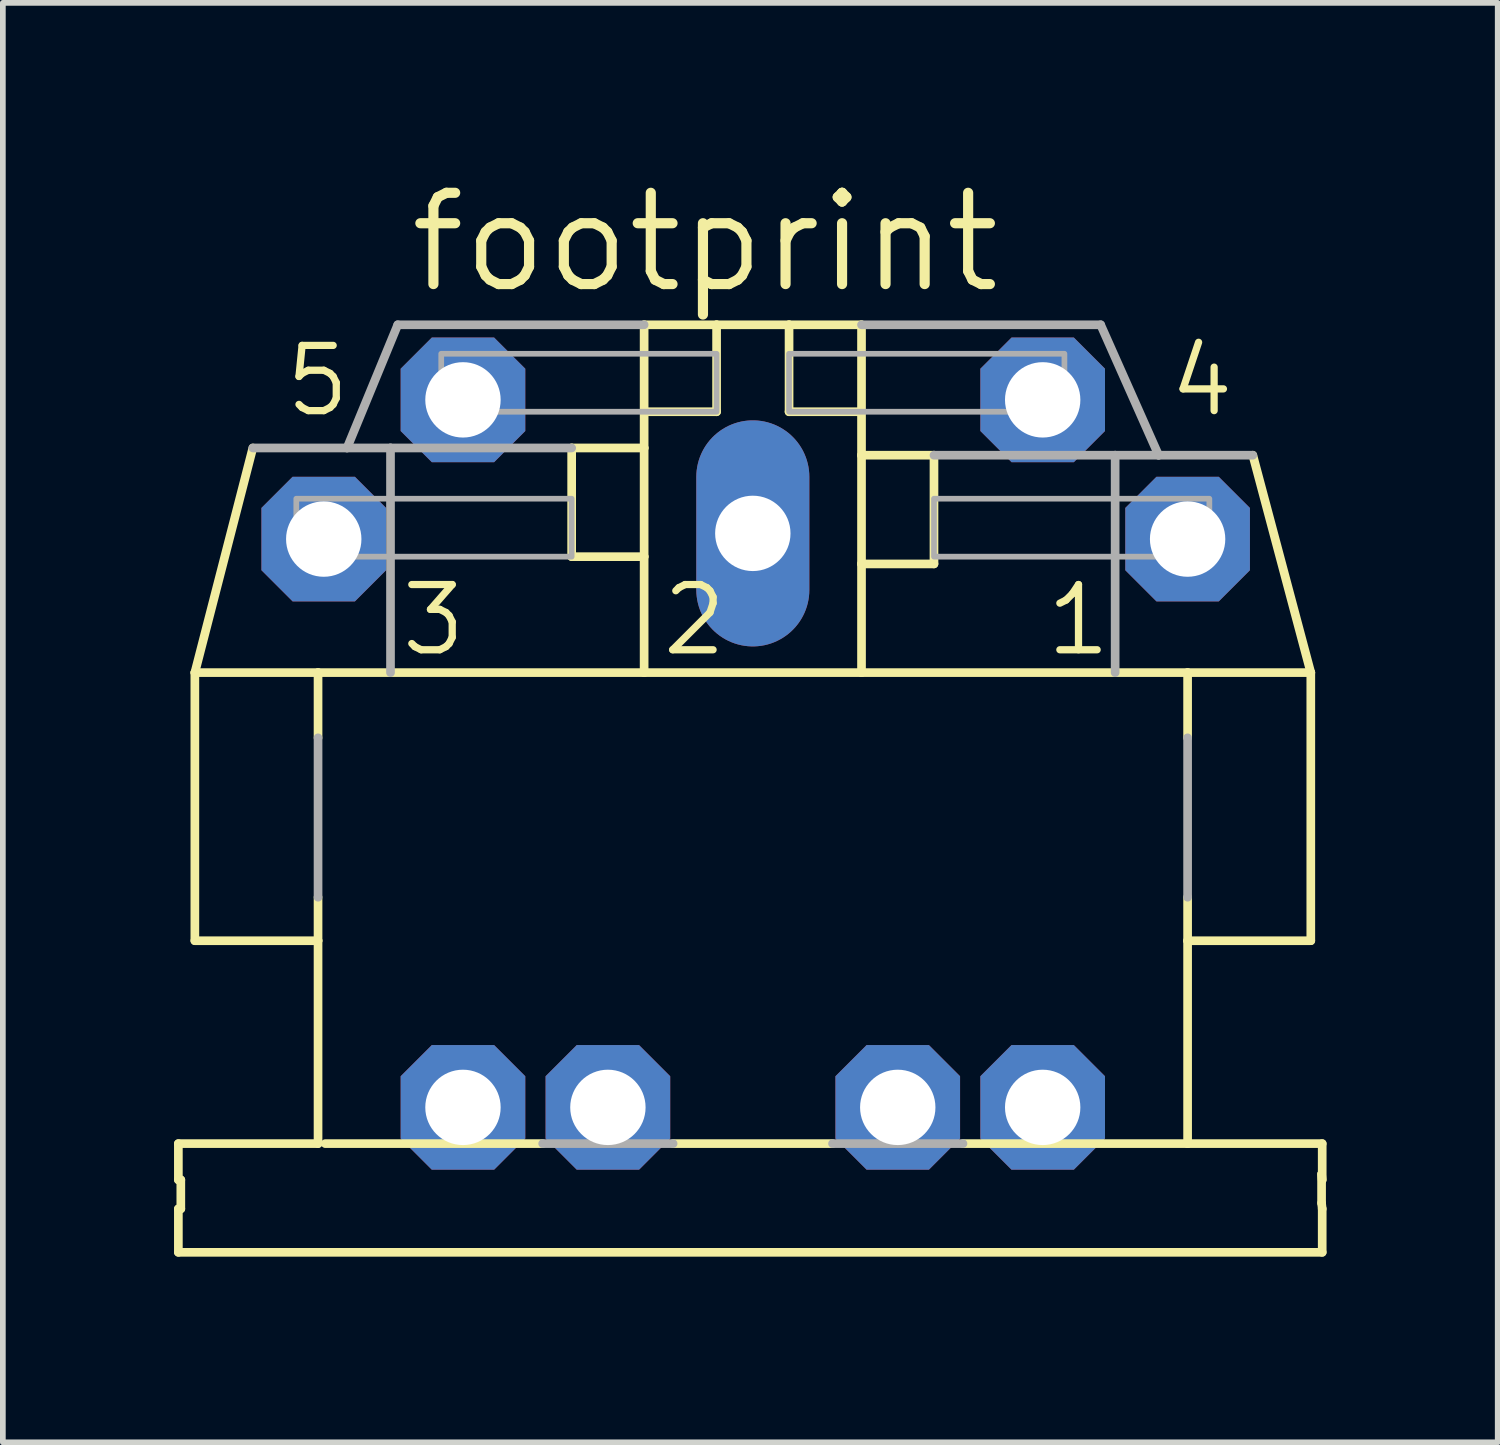
<source format=kicad_pcb>
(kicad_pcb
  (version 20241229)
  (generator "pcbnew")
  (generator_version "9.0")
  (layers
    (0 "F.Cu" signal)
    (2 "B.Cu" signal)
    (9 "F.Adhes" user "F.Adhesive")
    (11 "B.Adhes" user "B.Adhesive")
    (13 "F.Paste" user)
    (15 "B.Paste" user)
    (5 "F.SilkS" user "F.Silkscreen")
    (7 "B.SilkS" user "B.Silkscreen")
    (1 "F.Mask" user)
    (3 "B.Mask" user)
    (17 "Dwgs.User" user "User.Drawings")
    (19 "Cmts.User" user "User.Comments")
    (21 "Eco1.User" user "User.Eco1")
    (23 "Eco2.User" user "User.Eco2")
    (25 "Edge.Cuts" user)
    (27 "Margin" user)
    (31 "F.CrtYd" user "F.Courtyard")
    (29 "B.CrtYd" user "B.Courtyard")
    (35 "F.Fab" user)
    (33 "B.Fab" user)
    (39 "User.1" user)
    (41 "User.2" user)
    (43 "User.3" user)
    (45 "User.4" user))
  (footprint "footprint"
    (layer "F.Cu")
    (at 10.144 18.978)
    (property "Reference" "footprint" (at -6.096 -16.844 0) (layer "F.SilkS") (effects (font (size 1.6 1.6) (thickness 0.178)) (justify left bottom)))
    (fp_line (start -10.068 -1.35) (end -10.068 -1.985) (stroke (width 0.152) (type solid)) (layer "F.SilkS"))
    (fp_line (start -10.068 -1.35) (end -10.025 -1.35) (stroke (width 0.152) (type solid)) (layer "F.SilkS"))
    (fp_line (start -10.068 -0.08) (end -10.068 -0.842) (stroke (width 0.152) (type solid)) (layer "F.SilkS"))
    (fp_line (start -10.068 -0.08) (end 9.979 -0.08) (stroke (width 0.152) (type solid)) (layer "F.SilkS"))
    (fp_line (start -10.025 -0.842) (end -10.068 -0.842) (stroke (width 0.152) (type solid)) (layer "F.SilkS"))
    (fp_line (start -10.025 -0.842) (end -10.025 -1.35) (stroke (width 0.152) (type solid)) (layer "F.SilkS"))
    (fp_line (start -9.779 -5.541) (end -9.779 -10.24) (stroke (width 0.152) (type solid)) (layer "F.SilkS"))
    (fp_line (start -9.779 -5.541) (end -7.62 -5.541) (stroke (width 0.152) (type solid)) (layer "F.SilkS"))
    (fp_line (start -8.763 -14.177) (end -9.779 -10.24) (stroke (width 0.152) (type solid)) (layer "F.SilkS"))
    (fp_line (start -7.62 -10.24) (end -9.779 -10.24) (stroke (width 0.152) (type solid)) (layer "F.SilkS"))
    (fp_line (start -7.62 -10.24) (end -7.62 -9.097) (stroke (width 0.152) (type solid)) (layer "F.SilkS"))
    (fp_line (start -7.62 -5.541) (end -7.62 -6.303) (stroke (width 0.152) (type solid)) (layer "F.SilkS"))
    (fp_line (start -7.62 -1.985) (end -10.068 -1.985) (stroke (width 0.152) (type solid)) (layer "F.SilkS"))
    (fp_line (start -7.62 -1.985) (end -7.62 -5.541) (stroke (width 0.152) (type solid)) (layer "F.SilkS"))
    (fp_line (start -7.493 -1.985) (end -3.683 -1.985) (stroke (width 0.152) (type solid)) (layer "F.SilkS"))
    (fp_line (start -3.175 -14.177) (end -3.175 -12.272) (stroke (width 0.152) (type solid)) (layer "F.SilkS"))
    (fp_line (start -1.905 -16.336) (end -1.905 -14.812) (stroke (width 0.152) (type solid)) (layer "F.SilkS"))
    (fp_line (start -1.905 -14.812) (end -1.905 -14.177) (stroke (width 0.152) (type solid)) (layer "F.SilkS"))
    (fp_line (start -1.905 -14.812) (end -0.635 -14.812) (stroke (width 0.152) (type solid)) (layer "F.SilkS"))
    (fp_line (start -1.905 -14.177) (end -3.175 -14.177) (stroke (width 0.152) (type solid)) (layer "F.SilkS"))
    (fp_line (start -1.905 -14.177) (end -1.905 -12.272) (stroke (width 0.152) (type solid)) (layer "F.SilkS"))
    (fp_line (start -1.905 -12.272) (end -3.175 -12.272) (stroke (width 0.152) (type solid)) (layer "F.SilkS"))
    (fp_line (start -1.905 -12.272) (end -1.905 -10.24) (stroke (width 0.152) (type solid)) (layer "F.SilkS"))
    (fp_line (start -1.905 -10.24) (end -7.62 -10.24) (stroke (width 0.152) (type solid)) (layer "F.SilkS"))
    (fp_line (start -1.397 -1.985) (end 1.397 -1.985) (stroke (width 0.152) (type solid)) (layer "F.SilkS"))
    (fp_line (start -0.635 -16.336) (end -1.905 -16.336) (stroke (width 0.152) (type solid)) (layer "F.SilkS"))
    (fp_line (start -0.635 -16.336) (end -0.635 -14.812) (stroke (width 0.152) (type solid)) (layer "F.SilkS"))
    (fp_line (start 0.635 -16.336) (end -0.635 -16.336) (stroke (width 0.152) (type solid)) (layer "F.SilkS"))
    (fp_line (start 0.635 -16.336) (end 0.635 -14.812) (stroke (width 0.152) (type solid)) (layer "F.SilkS"))
    (fp_line (start 1.905 -16.336) (end 0.635 -16.336) (stroke (width 0.152) (type solid)) (layer "F.SilkS"))
    (fp_line (start 1.905 -16.336) (end 1.905 -14.812) (stroke (width 0.152) (type solid)) (layer "F.SilkS"))
    (fp_line (start 1.905 -14.812) (end 0.635 -14.812) (stroke (width 0.152) (type solid)) (layer "F.SilkS"))
    (fp_line (start 1.905 -14.812) (end 1.905 -14.05) (stroke (width 0.152) (type solid)) (layer "F.SilkS"))
    (fp_line (start 1.905 -14.05) (end 1.905 -12.145) (stroke (width 0.152) (type solid)) (layer "F.SilkS"))
    (fp_line (start 1.905 -12.145) (end 1.905 -10.24) (stroke (width 0.152) (type solid)) (layer "F.SilkS"))
    (fp_line (start 1.905 -12.145) (end 3.175 -12.145) (stroke (width 0.152) (type solid)) (layer "F.SilkS"))
    (fp_line (start 1.905 -10.24) (end -1.905 -10.24) (stroke (width 0.152) (type solid)) (layer "F.SilkS"))
    (fp_line (start 3.175 -14.05) (end 1.905 -14.05) (stroke (width 0.152) (type solid)) (layer "F.SilkS"))
    (fp_line (start 3.175 -14.05) (end 3.175 -12.145) (stroke (width 0.152) (type solid)) (layer "F.SilkS"))
    (fp_line (start 3.683 -1.985) (end 7.62 -1.985) (stroke (width 0.152) (type solid)) (layer "F.SilkS"))
    (fp_line (start 7.62 -10.24) (end 1.905 -10.24) (stroke (width 0.152) (type solid)) (layer "F.SilkS"))
    (fp_line (start 7.62 -10.24) (end 7.62 -9.097) (stroke (width 0.152) (type solid)) (layer "F.SilkS"))
    (fp_line (start 7.62 -5.541) (end 7.62 -6.303) (stroke (width 0.152) (type solid)) (layer "F.SilkS"))
    (fp_line (start 7.62 -1.985) (end 7.62 -5.541) (stroke (width 0.152) (type solid)) (layer "F.SilkS"))
    (fp_line (start 8.763 -14.05) (end 9.779 -10.24) (stroke (width 0.152) (type solid)) (layer "F.SilkS"))
    (fp_line (start 9.779 -10.24) (end 7.62 -10.24) (stroke (width 0.152) (type solid)) (layer "F.SilkS"))
    (fp_line (start 9.779 -5.541) (end 7.62 -5.541) (stroke (width 0.152) (type solid)) (layer "F.SilkS"))
    (fp_line (start 9.779 -5.541) (end 9.779 -10.24) (stroke (width 0.152) (type solid)) (layer "F.SilkS"))
    (fp_line (start 9.968 -1.45) (end 9.979 -1.35) (stroke (width 0.152) (type solid)) (layer "F.SilkS"))
    (fp_line (start 9.968 -0.942) (end 9.968 -1.45) (stroke (width 0.152) (type solid)) (layer "F.SilkS"))
    (fp_line (start 9.968 -0.942) (end 9.979 -0.842) (stroke (width 0.152) (type solid)) (layer "F.SilkS"))
    (fp_line (start 9.979 -1.985) (end 7.62 -1.985) (stroke (width 0.152) (type solid)) (layer "F.SilkS"))
    (fp_line (start 9.979 -1.985) (end 9.979 -1.35) (stroke (width 0.152) (type solid)) (layer "F.SilkS"))
    (fp_line (start 9.979 -0.08) (end 9.979 -0.842) (stroke (width 0.152) (type solid)) (layer "F.SilkS"))
    (fp_line (start -8.763 -14.177) (end -7.112 -14.177) (stroke (width 0.152) (type solid)) (layer "F.Fab"))
    (fp_line (start -7.62 -9.097) (end -7.62 -6.303) (stroke (width 0.152) (type solid)) (layer "F.Fab"))
    (fp_line (start -7.112 -14.177) (end -6.223 -16.336) (stroke (width 0.152) (type solid)) (layer "F.Fab"))
    (fp_line (start -6.35 -14.177) (end -7.112 -14.177) (stroke (width 0.152) (type solid)) (layer "F.Fab"))
    (fp_line (start -6.35 -14.177) (end -6.35 -10.24) (stroke (width 0.152) (type solid)) (layer "F.Fab"))
    (fp_line (start -3.175 -14.177) (end -6.35 -14.177) (stroke (width 0.152) (type solid)) (layer "F.Fab"))
    (fp_line (start -1.905 -16.336) (end -6.223 -16.336) (stroke (width 0.152) (type solid)) (layer "F.Fab"))
    (fp_line (start -1.397 -1.985) (end -3.683 -1.985) (stroke (width 0.152) (type solid)) (layer "F.Fab"))
    (fp_line (start 3.683 -1.985) (end 1.397 -1.985) (stroke (width 0.152) (type solid)) (layer "F.Fab"))
    (fp_line (start 6.096 -16.336) (end 1.905 -16.336) (stroke (width 0.152) (type solid)) (layer "F.Fab"))
    (fp_line (start 6.096 -16.336) (end 7.112 -14.05) (stroke (width 0.152) (type solid)) (layer "F.Fab"))
    (fp_line (start 6.35 -14.05) (end 3.175 -14.05) (stroke (width 0.152) (type solid)) (layer "F.Fab"))
    (fp_line (start 6.35 -14.05) (end 6.35 -10.24) (stroke (width 0.152) (type solid)) (layer "F.Fab"))
    (fp_line (start 7.112 -14.05) (end 6.35 -14.05) (stroke (width 0.152) (type solid)) (layer "F.Fab"))
    (fp_line (start 7.62 -9.097) (end 7.62 -6.303) (stroke (width 0.152) (type solid)) (layer "F.Fab"))
    (fp_line (start 8.763 -14.05) (end 7.112 -14.05) (stroke (width 0.152) (type solid)) (layer "F.Fab"))
    (fp_poly (pts (xy -8.001 -12.272) (xy -3.175 -12.272) (xy -3.175 -13.288) (xy -8.001 -13.288)) (stroke (width 0.1) (type solid)) (fill no) (layer "F.Fab"))
    (fp_poly (pts (xy -5.461 -14.812) (xy -0.635 -14.812) (xy -0.635 -15.828) (xy -5.461 -15.828)) (stroke (width 0.1) (type solid)) (fill no) (layer "F.Fab"))
    (fp_poly (pts (xy 0.635 -14.812) (xy 5.461 -14.812) (xy 5.461 -15.828) (xy 0.635 -15.828)) (stroke (width 0.1) (type solid)) (fill no) (layer "F.Fab"))
    (fp_poly (pts (xy 3.175 -12.272) (xy 8.001 -12.272) (xy 8.001 -13.288) (xy 3.175 -13.288)) (stroke (width 0.1) (type solid)) (fill no) (layer "F.Fab"))
    (fp_text user "4" (at 7.239 -14.685 0) (layer "F.SilkS") (effects (font (size 1.143 1.143) (thickness 0.127)) (justify left bottom)))
    (fp_text user "1" (at 5.08 -10.494 0) (layer "F.SilkS") (effects (font (size 1.143 1.143) (thickness 0.127)) (justify left bottom)))
    (fp_text user "3" (at -6.223 -10.494 0) (layer "F.SilkS") (effects (font (size 1.143 1.143) (thickness 0.127)) (justify left bottom)))
    (fp_text user "5" (at -8.255 -14.685 0) (layer "F.SilkS") (effects (font (size 1.143 1.143) (thickness 0.127)) (justify left bottom)))
    (fp_text user "2" (at -1.651 -10.494 0) (layer "F.SilkS") (effects (font (size 1.143 1.143) (thickness 0.127)) (justify left bottom)))
    (pad "1" thru_hole roundrect (at 7.62 -12.58) (size 2.184 2.184) (drill 1.321) (layers "*.Cu" "*.Mask") (roundrect_rratio 0.25) (chamfer_ratio 0.25) (chamfer top_left top_right bottom_left bottom_right))
    (pad "2" thru_hole oval (at 0 -12.68 90) (size 3.962 1.981) (drill 1.321) (layers "*.Cu" "*.Mask"))
    (pad "3" thru_hole roundrect (at -7.52 -12.58) (size 2.184 2.184) (drill 1.321) (layers "*.Cu" "*.Mask") (roundrect_rratio 0.25) (chamfer_ratio 0.25) (chamfer top_left top_right bottom_left bottom_right))
    (pad "4" thru_hole roundrect (at 5.08 -15.02) (size 2.184 2.184) (drill 1.321) (layers "*.Cu" "*.Mask") (roundrect_rratio 0.25) (chamfer_ratio 0.25) (chamfer top_left top_right bottom_left bottom_right))
    (pad "5" thru_hole roundrect (at -5.08 -15.02) (size 2.184 2.184) (drill 1.321) (layers "*.Cu" "*.Mask") (roundrect_rratio 0.25) (chamfer_ratio 0.25) (chamfer top_left top_right bottom_left bottom_right))
    (pad "PE" thru_hole roundrect (at -2.54 -2.62) (size 2.184 2.184) (drill 1.321) (layers "*.Cu" "*.Mask") (roundrect_rratio 0.25) (chamfer_ratio 0.25) (chamfer top_left top_right bottom_left bottom_right))
    (pad "PE1" thru_hole roundrect (at -5.08 -2.62) (size 2.184 2.184) (drill 1.321) (layers "*.Cu" "*.Mask") (roundrect_rratio 0.25) (chamfer_ratio 0.25) (chamfer top_left top_right bottom_left bottom_right))
    (pad "PE2" thru_hole roundrect (at 5.08 -2.62) (size 2.184 2.184) (drill 1.321) (layers "*.Cu" "*.Mask") (roundrect_rratio 0.25) (chamfer_ratio 0.25) (chamfer top_left top_right bottom_left bottom_right))
    (pad "PE@" thru_hole roundrect (at 2.54 -2.62) (size 2.184 2.184) (drill 1.321) (layers "*.Cu" "*.Mask") (roundrect_rratio 0.25) (chamfer_ratio 0.25) (chamfer top_left top_right bottom_left bottom_right)))
  (gr_rect
    (start -3 -3)
    (end 23.199 22.228)
    (stroke (width 0.1) (type default))
    (fill no)
    (layer "Edge.Cuts")))
</source>
